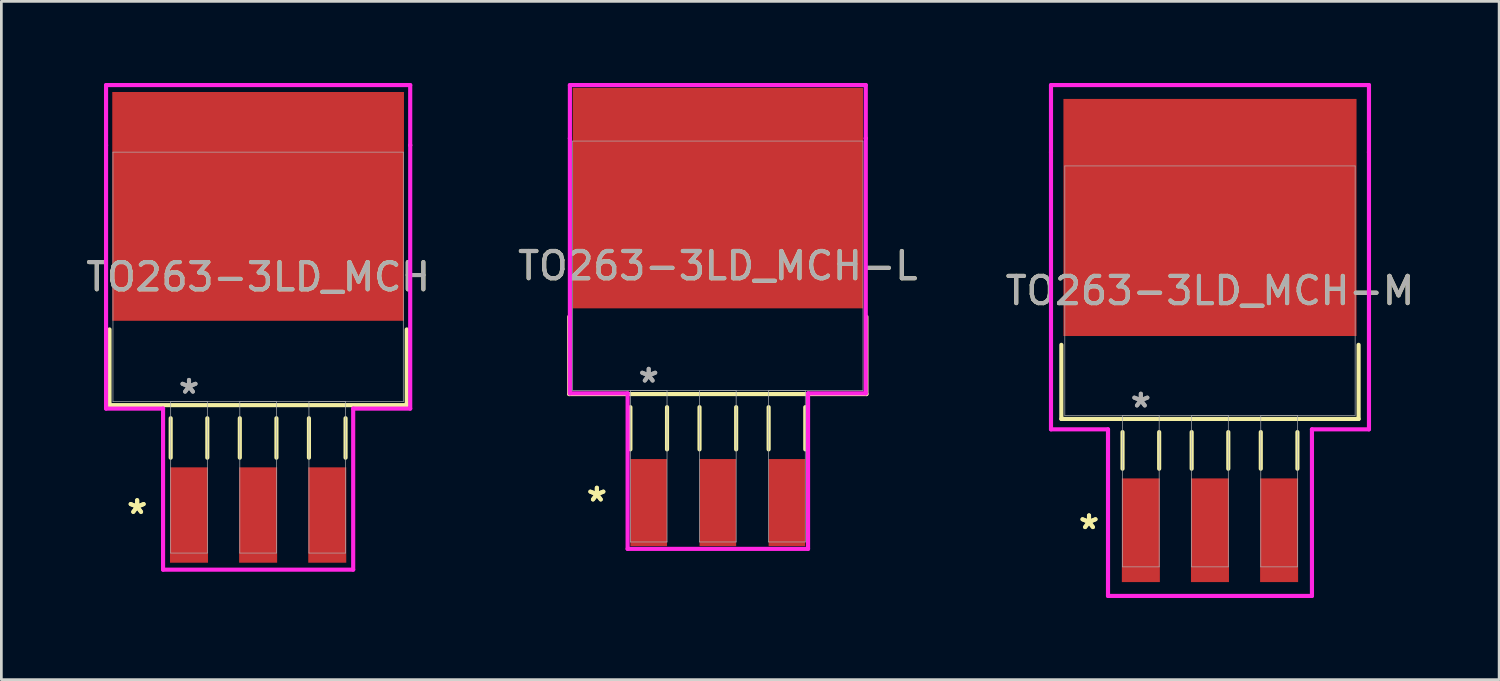
<source format=kicad_pcb>
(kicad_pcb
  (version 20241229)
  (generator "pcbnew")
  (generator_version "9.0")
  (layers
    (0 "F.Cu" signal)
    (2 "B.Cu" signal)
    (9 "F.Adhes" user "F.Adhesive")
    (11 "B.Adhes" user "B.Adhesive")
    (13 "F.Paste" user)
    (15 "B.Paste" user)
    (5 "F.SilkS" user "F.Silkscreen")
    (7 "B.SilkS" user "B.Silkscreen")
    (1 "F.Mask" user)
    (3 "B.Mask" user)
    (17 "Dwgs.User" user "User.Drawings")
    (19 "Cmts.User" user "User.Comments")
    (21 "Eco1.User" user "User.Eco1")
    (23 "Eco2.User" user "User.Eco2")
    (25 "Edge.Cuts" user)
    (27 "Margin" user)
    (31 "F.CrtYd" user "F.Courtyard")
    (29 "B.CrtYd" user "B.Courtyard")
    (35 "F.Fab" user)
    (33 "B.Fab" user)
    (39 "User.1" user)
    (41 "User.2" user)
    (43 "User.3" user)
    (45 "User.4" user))
  (footprint "TO263-3LD_MCH"
    (layer "F.Cu")
    (at 6.435 7.125)
    (property "Reference" "TO263-3LD_MCH" (at 0 0 0) (unlocked yes) (layer "F.SilkS") (effects (font (size 1 1) (thickness 0.15))))
    (attr smd)
    (fp_line (start -5.461 1.93) (end -5.461 4.712) (stroke (width 0.152) (type solid)) (layer "F.SilkS"))
    (fp_line (start -5.461 4.712) (end 5.461 4.712) (stroke (width 0.152) (type solid)) (layer "F.SilkS"))
    (fp_line (start -3.213 5.194) (end -3.213 6.642) (stroke (width 0.152) (type solid)) (layer "F.SilkS"))
    (fp_line (start -1.867 5.194) (end -1.867 6.642) (stroke (width 0.152) (type solid)) (layer "F.SilkS"))
    (fp_line (start -0.673 5.194) (end -0.673 6.642) (stroke (width 0.152) (type solid)) (layer "F.SilkS"))
    (fp_line (start 0.673 5.194) (end 0.673 6.642) (stroke (width 0.152) (type solid)) (layer "F.SilkS"))
    (fp_line (start 1.867 5.194) (end 1.867 6.642) (stroke (width 0.152) (type solid)) (layer "F.SilkS"))
    (fp_line (start 3.213 5.194) (end 3.213 6.642) (stroke (width 0.152) (type solid)) (layer "F.SilkS"))
    (fp_line (start 5.461 4.712) (end 5.461 1.93) (stroke (width 0.152) (type solid)) (layer "F.SilkS"))
    (fp_line (start -5.588 -7.048) (end 5.588 -7.048) (stroke (width 0.152) (type solid)) (layer "F.CrtYd"))
    (fp_line (start -5.588 -4.839) (end -5.588 -7.048) (stroke (width 0.152) (type solid)) (layer "F.CrtYd"))
    (fp_line (start -5.588 -4.839) (end -5.588 -4.839) (stroke (width 0.152) (type solid)) (layer "F.CrtYd"))
    (fp_line (start -5.588 4.839) (end -5.588 -4.839) (stroke (width 0.152) (type solid)) (layer "F.CrtYd"))
    (fp_line (start -3.493 4.839) (end -5.588 4.839) (stroke (width 0.152) (type solid)) (layer "F.CrtYd"))
    (fp_line (start -3.493 10.757) (end -3.493 4.839) (stroke (width 0.152) (type solid)) (layer "F.CrtYd"))
    (fp_line (start 3.493 4.839) (end 3.493 10.757) (stroke (width 0.152) (type solid)) (layer "F.CrtYd"))
    (fp_line (start 3.493 10.757) (end -3.493 10.757) (stroke (width 0.152) (type solid)) (layer "F.CrtYd"))
    (fp_line (start 5.588 -7.048) (end 5.588 -4.839) (stroke (width 0.152) (type solid)) (layer "F.CrtYd"))
    (fp_line (start 5.588 -4.839) (end 5.588 -4.839) (stroke (width 0.152) (type solid)) (layer "F.CrtYd"))
    (fp_line (start 5.588 -4.839) (end 5.588 4.839) (stroke (width 0.152) (type solid)) (layer "F.CrtYd"))
    (fp_line (start 5.588 4.839) (end 3.493 4.839) (stroke (width 0.152) (type solid)) (layer "F.CrtYd"))
    (fp_line (start -5.334 -4.585) (end -5.334 4.585) (stroke (width 0.025) (type solid)) (layer "F.Fab"))
    (fp_line (start -5.334 4.585) (end 5.334 4.585) (stroke (width 0.025) (type solid)) (layer "F.Fab"))
    (fp_line (start -3.213 4.585) (end -3.213 10.147) (stroke (width 0.025) (type solid)) (layer "F.Fab"))
    (fp_line (start -3.213 10.147) (end -1.867 10.147) (stroke (width 0.025) (type solid)) (layer "F.Fab"))
    (fp_line (start -1.867 4.585) (end -3.213 4.585) (stroke (width 0.025) (type solid)) (layer "F.Fab"))
    (fp_line (start -1.867 10.147) (end -1.867 4.585) (stroke (width 0.025) (type solid)) (layer "F.Fab"))
    (fp_line (start -0.673 4.585) (end -0.673 10.147) (stroke (width 0.025) (type solid)) (layer "F.Fab"))
    (fp_line (start -0.673 10.147) (end 0.673 10.147) (stroke (width 0.025) (type solid)) (layer "F.Fab"))
    (fp_line (start 0.673 4.585) (end -0.673 4.585) (stroke (width 0.025) (type solid)) (layer "F.Fab"))
    (fp_line (start 0.673 10.147) (end 0.673 4.585) (stroke (width 0.025) (type solid)) (layer "F.Fab"))
    (fp_line (start 1.867 4.585) (end 1.867 10.147) (stroke (width 0.025) (type solid)) (layer "F.Fab"))
    (fp_line (start 1.867 10.147) (end 3.213 10.147) (stroke (width 0.025) (type solid)) (layer "F.Fab"))
    (fp_line (start 3.213 4.585) (end 1.867 4.585) (stroke (width 0.025) (type solid)) (layer "F.Fab"))
    (fp_line (start 3.213 10.147) (end 3.213 4.585) (stroke (width 0.025) (type solid)) (layer "F.Fab"))
    (fp_line (start 5.334 -4.585) (end -5.334 -4.585) (stroke (width 0.025) (type solid)) (layer "F.Fab"))
    (fp_line (start 5.334 4.585) (end 5.334 -4.585) (stroke (width 0.025) (type solid)) (layer "F.Fab"))
    (fp_text user "*" (at -4.445 8.75 0) (layer "F.SilkS") (effects (font (size 1 1) (thickness 0.15))))
    (fp_text user "*" (at -4.445 8.75 0) (unlocked yes) (layer "F.SilkS") (effects (font (size 1 1) (thickness 0.15))))
    (fp_text user "${REFERENCE}" (at 0 0 0) (unlocked yes) (layer "F.Fab") (effects (font (size 1 1) (thickness 0.15))))
    (fp_text user "*" (at -2.54 4.331 0) (layer "F.Fab") (effects (font (size 1 1) (thickness 0.15))))
    (fp_text user "*" (at -2.54 4.331 0) (unlocked yes) (layer "F.Fab") (effects (font (size 1 1) (thickness 0.15))))
    (pad "1" smd rect (at -2.54 8.75) (size 1.397 3.505) (layers "F.Cu" "F.Mask" "F.Paste"))
    (pad "2" smd rect (at 0 8.75) (size 1.397 3.505) (layers "F.Cu" "F.Mask" "F.Paste"))
    (pad "3" smd rect (at 2.54 8.75) (size 1.397 3.505) (layers "F.Cu" "F.Mask" "F.Paste"))
    (pad "4" smd rect (at 0 -2.591) (size 10.719 8.407) (layers "F.Cu" "F.Mask" "F.Paste")))
  (footprint "TO263-3LD_MCH-L"
    (layer "F.Cu")
    (at 23.327 6.718)
    (property "Reference" "TO263-3LD_MCH-L" (at 0 0 0) (unlocked yes) (layer "F.SilkS") (effects (font (size 1 1) (thickness 0.15))))
    (attr smd)
    (fp_line (start -5.461 1.87) (end -5.461 4.712) (stroke (width 0.152) (type solid)) (layer "F.SilkS"))
    (fp_line (start -5.461 4.712) (end 5.461 4.712) (stroke (width 0.152) (type solid)) (layer "F.SilkS"))
    (fp_line (start -3.213 5.194) (end -3.213 6.744) (stroke (width 0.152) (type solid)) (layer "F.SilkS"))
    (fp_line (start -1.867 5.194) (end -1.867 6.744) (stroke (width 0.152) (type solid)) (layer "F.SilkS"))
    (fp_line (start -0.673 5.194) (end -0.673 6.744) (stroke (width 0.152) (type solid)) (layer "F.SilkS"))
    (fp_line (start 0.673 5.194) (end 0.673 6.744) (stroke (width 0.152) (type solid)) (layer "F.SilkS"))
    (fp_line (start 1.867 5.194) (end 1.867 6.744) (stroke (width 0.152) (type solid)) (layer "F.SilkS"))
    (fp_line (start 3.213 5.194) (end 3.213 6.744) (stroke (width 0.152) (type solid)) (layer "F.SilkS"))
    (fp_line (start 5.461 4.712) (end 5.461 1.87) (stroke (width 0.152) (type solid)) (layer "F.SilkS"))
    (fp_line (start -5.436 -6.642) (end 5.436 -6.642) (stroke (width 0.152) (type solid)) (layer "F.CrtYd"))
    (fp_line (start -5.436 -4.686) (end -5.436 -6.642) (stroke (width 0.152) (type solid)) (layer "F.CrtYd"))
    (fp_line (start -5.436 -4.686) (end -5.436 -4.686) (stroke (width 0.152) (type solid)) (layer "F.CrtYd"))
    (fp_line (start -5.436 4.686) (end -5.436 -4.686) (stroke (width 0.152) (type solid)) (layer "F.CrtYd"))
    (fp_line (start -3.315 4.686) (end -5.436 4.686) (stroke (width 0.152) (type solid)) (layer "F.CrtYd"))
    (fp_line (start -3.315 10.401) (end -3.315 4.686) (stroke (width 0.152) (type solid)) (layer "F.CrtYd"))
    (fp_line (start 3.315 4.686) (end 3.315 10.401) (stroke (width 0.152) (type solid)) (layer "F.CrtYd"))
    (fp_line (start 3.315 10.401) (end -3.315 10.401) (stroke (width 0.152) (type solid)) (layer "F.CrtYd"))
    (fp_line (start 5.436 -6.642) (end 5.436 -4.686) (stroke (width 0.152) (type solid)) (layer "F.CrtYd"))
    (fp_line (start 5.436 -4.686) (end 5.436 -4.686) (stroke (width 0.152) (type solid)) (layer "F.CrtYd"))
    (fp_line (start 5.436 -4.686) (end 5.436 4.686) (stroke (width 0.152) (type solid)) (layer "F.CrtYd"))
    (fp_line (start 5.436 4.686) (end 3.315 4.686) (stroke (width 0.152) (type solid)) (layer "F.CrtYd"))
    (fp_line (start -5.334 -4.585) (end -5.334 4.585) (stroke (width 0.025) (type solid)) (layer "F.Fab"))
    (fp_line (start -5.334 4.585) (end 5.334 4.585) (stroke (width 0.025) (type solid)) (layer "F.Fab"))
    (fp_line (start -3.213 4.585) (end -3.213 10.147) (stroke (width 0.025) (type solid)) (layer "F.Fab"))
    (fp_line (start -3.213 10.147) (end -1.867 10.147) (stroke (width 0.025) (type solid)) (layer "F.Fab"))
    (fp_line (start -1.867 4.585) (end -3.213 4.585) (stroke (width 0.025) (type solid)) (layer "F.Fab"))
    (fp_line (start -1.867 10.147) (end -1.867 4.585) (stroke (width 0.025) (type solid)) (layer "F.Fab"))
    (fp_line (start -0.673 4.585) (end -0.673 10.147) (stroke (width 0.025) (type solid)) (layer "F.Fab"))
    (fp_line (start -0.673 10.147) (end 0.673 10.147) (stroke (width 0.025) (type solid)) (layer "F.Fab"))
    (fp_line (start 0.673 4.585) (end -0.673 4.585) (stroke (width 0.025) (type solid)) (layer "F.Fab"))
    (fp_line (start 0.673 10.147) (end 0.673 4.585) (stroke (width 0.025) (type solid)) (layer "F.Fab"))
    (fp_line (start 1.867 4.585) (end 1.867 10.147) (stroke (width 0.025) (type solid)) (layer "F.Fab"))
    (fp_line (start 1.867 10.147) (end 3.213 10.147) (stroke (width 0.025) (type solid)) (layer "F.Fab"))
    (fp_line (start 3.213 4.585) (end 1.867 4.585) (stroke (width 0.025) (type solid)) (layer "F.Fab"))
    (fp_line (start 3.213 10.147) (end 3.213 4.585) (stroke (width 0.025) (type solid)) (layer "F.Fab"))
    (fp_line (start 5.334 -4.585) (end -5.334 -4.585) (stroke (width 0.025) (type solid)) (layer "F.Fab"))
    (fp_line (start 5.334 4.585) (end 5.334 -4.585) (stroke (width 0.025) (type solid)) (layer "F.Fab"))
    (fp_text user "*" (at -4.445 8.7 0) (layer "F.SilkS") (effects (font (size 1 1) (thickness 0.15))))
    (fp_text user "*" (at -4.445 8.7 0) (unlocked yes) (layer "F.SilkS") (effects (font (size 1 1) (thickness 0.15))))
    (fp_text user "*" (at -2.54 4.331 0) (layer "F.Fab") (effects (font (size 1 1) (thickness 0.15))))
    (fp_text user "*" (at -2.54 4.331 0) (unlocked yes) (layer "F.Fab") (effects (font (size 1 1) (thickness 0.15))))
    (fp_text user "${REFERENCE}" (at 0 0 0) (unlocked yes) (layer "F.Fab") (effects (font (size 1 1) (thickness 0.15))))
    (pad "1" smd rect (at -2.54 8.7) (size 1.346 3.2) (layers "F.Cu" "F.Mask" "F.Paste"))
    (pad "2" smd rect (at 0 8.7) (size 1.346 3.2) (layers "F.Cu" "F.Mask" "F.Paste"))
    (pad "3" smd rect (at 2.54 8.7) (size 1.346 3.2) (layers "F.Cu" "F.Mask" "F.Paste"))
    (pad "4" smd rect (at 0 -2.489) (size 10.668 8.103) (layers "F.Cu" "F.Mask" "F.Paste")))
  (footprint "TO263-3LD_MCH-M"
    (layer "F.Cu")
    (at 41.411 7.633)
    (property "Reference" "TO263-3LD_MCH-M" (at 0 0 0) (unlocked yes) (layer "F.SilkS") (effects (font (size 1 1) (thickness 0.15))))
    (attr smd)
    (fp_line (start -5.461 1.988) (end -5.461 4.712) (stroke (width 0.152) (type solid)) (layer "F.SilkS"))
    (fp_line (start -5.461 4.712) (end 5.461 4.712) (stroke (width 0.152) (type solid)) (layer "F.SilkS"))
    (fp_line (start -3.213 5.194) (end -3.213 6.54) (stroke (width 0.152) (type solid)) (layer "F.SilkS"))
    (fp_line (start -1.867 5.194) (end -1.867 6.54) (stroke (width 0.152) (type solid)) (layer "F.SilkS"))
    (fp_line (start -0.673 5.194) (end -0.673 6.54) (stroke (width 0.152) (type solid)) (layer "F.SilkS"))
    (fp_line (start 0.673 5.194) (end 0.673 6.54) (stroke (width 0.152) (type solid)) (layer "F.SilkS"))
    (fp_line (start 1.867 5.194) (end 1.867 6.54) (stroke (width 0.152) (type solid)) (layer "F.SilkS"))
    (fp_line (start 3.213 5.194) (end 3.213 6.54) (stroke (width 0.152) (type solid)) (layer "F.SilkS"))
    (fp_line (start 5.461 4.712) (end 5.461 1.988) (stroke (width 0.152) (type solid)) (layer "F.SilkS"))
    (fp_line (start -5.842 -7.556) (end 5.842 -7.556) (stroke (width 0.152) (type solid)) (layer "F.CrtYd"))
    (fp_line (start -5.842 -5.093) (end -5.842 -7.556) (stroke (width 0.152) (type solid)) (layer "F.CrtYd"))
    (fp_line (start -5.842 -5.093) (end -5.842 -5.093) (stroke (width 0.152) (type solid)) (layer "F.CrtYd"))
    (fp_line (start -5.842 5.093) (end -5.842 -5.093) (stroke (width 0.152) (type solid)) (layer "F.CrtYd"))
    (fp_line (start -3.747 5.093) (end -5.842 5.093) (stroke (width 0.152) (type solid)) (layer "F.CrtYd"))
    (fp_line (start -3.747 11.214) (end -3.747 5.093) (stroke (width 0.152) (type solid)) (layer "F.CrtYd"))
    (fp_line (start 3.747 5.093) (end 3.747 11.214) (stroke (width 0.152) (type solid)) (layer "F.CrtYd"))
    (fp_line (start 3.747 11.214) (end -3.747 11.214) (stroke (width 0.152) (type solid)) (layer "F.CrtYd"))
    (fp_line (start 5.842 -7.556) (end 5.842 -5.093) (stroke (width 0.152) (type solid)) (layer "F.CrtYd"))
    (fp_line (start 5.842 -5.093) (end 5.842 -5.093) (stroke (width 0.152) (type solid)) (layer "F.CrtYd"))
    (fp_line (start 5.842 -5.093) (end 5.842 5.093) (stroke (width 0.152) (type solid)) (layer "F.CrtYd"))
    (fp_line (start 5.842 5.093) (end 3.747 5.093) (stroke (width 0.152) (type solid)) (layer "F.CrtYd"))
    (fp_line (start -5.334 -4.585) (end -5.334 4.585) (stroke (width 0.025) (type solid)) (layer "F.Fab"))
    (fp_line (start -5.334 4.585) (end 5.334 4.585) (stroke (width 0.025) (type solid)) (layer "F.Fab"))
    (fp_line (start -3.213 4.585) (end -3.213 10.147) (stroke (width 0.025) (type solid)) (layer "F.Fab"))
    (fp_line (start -3.213 10.147) (end -1.867 10.147) (stroke (width 0.025) (type solid)) (layer "F.Fab"))
    (fp_line (start -1.867 4.585) (end -3.213 4.585) (stroke (width 0.025) (type solid)) (layer "F.Fab"))
    (fp_line (start -1.867 10.147) (end -1.867 4.585) (stroke (width 0.025) (type solid)) (layer "F.Fab"))
    (fp_line (start -0.673 4.585) (end -0.673 10.147) (stroke (width 0.025) (type solid)) (layer "F.Fab"))
    (fp_line (start -0.673 10.147) (end 0.673 10.147) (stroke (width 0.025) (type solid)) (layer "F.Fab"))
    (fp_line (start 0.673 4.585) (end -0.673 4.585) (stroke (width 0.025) (type solid)) (layer "F.Fab"))
    (fp_line (start 0.673 10.147) (end 0.673 4.585) (stroke (width 0.025) (type solid)) (layer "F.Fab"))
    (fp_line (start 1.867 4.585) (end 1.867 10.147) (stroke (width 0.025) (type solid)) (layer "F.Fab"))
    (fp_line (start 1.867 10.147) (end 3.213 10.147) (stroke (width 0.025) (type solid)) (layer "F.Fab"))
    (fp_line (start 3.213 4.585) (end 1.867 4.585) (stroke (width 0.025) (type solid)) (layer "F.Fab"))
    (fp_line (start 3.213 10.147) (end 3.213 4.585) (stroke (width 0.025) (type solid)) (layer "F.Fab"))
    (fp_line (start 5.334 -4.585) (end -5.334 -4.585) (stroke (width 0.025) (type solid)) (layer "F.Fab"))
    (fp_line (start 5.334 4.585) (end 5.334 -4.585) (stroke (width 0.025) (type solid)) (layer "F.Fab"))
    (fp_text user "*" (at -4.445 8.801 0) (unlocked yes) (layer "F.SilkS") (effects (font (size 1 1) (thickness 0.15))))
    (fp_text user "*" (at -4.445 8.801 0) (layer "F.SilkS") (effects (font (size 1 1) (thickness 0.15))))
    (fp_text user "*" (at -2.54 4.331 0) (layer "F.Fab") (effects (font (size 1 1) (thickness 0.15))))
    (fp_text user "${REFERENCE}" (at 0 0 0) (unlocked yes) (layer "F.Fab") (effects (font (size 1 1) (thickness 0.15))))
    (fp_text user "*" (at -2.54 4.331 0) (unlocked yes) (layer "F.Fab") (effects (font (size 1 1) (thickness 0.15))))
    (pad "1" smd rect (at -2.54 8.801) (size 1.397 3.81) (layers "F.Cu" "F.Mask" "F.Paste"))
    (pad "2" smd rect (at 0 8.801) (size 1.397 3.81) (layers "F.Cu" "F.Mask" "F.Paste"))
    (pad "3" smd rect (at 2.54 8.801) (size 1.397 3.81) (layers "F.Cu" "F.Mask" "F.Paste"))
    (pad "4" smd rect (at 0 -2.692) (size 10.77 8.712) (layers "F.Cu" "F.Mask" "F.Paste")))
  (gr_rect
    (start -3 -3)
    (end 52.036 21.923)
    (stroke (width 0.1) (type default))
    (fill no)
    (layer "Edge.Cuts")))
</source>
